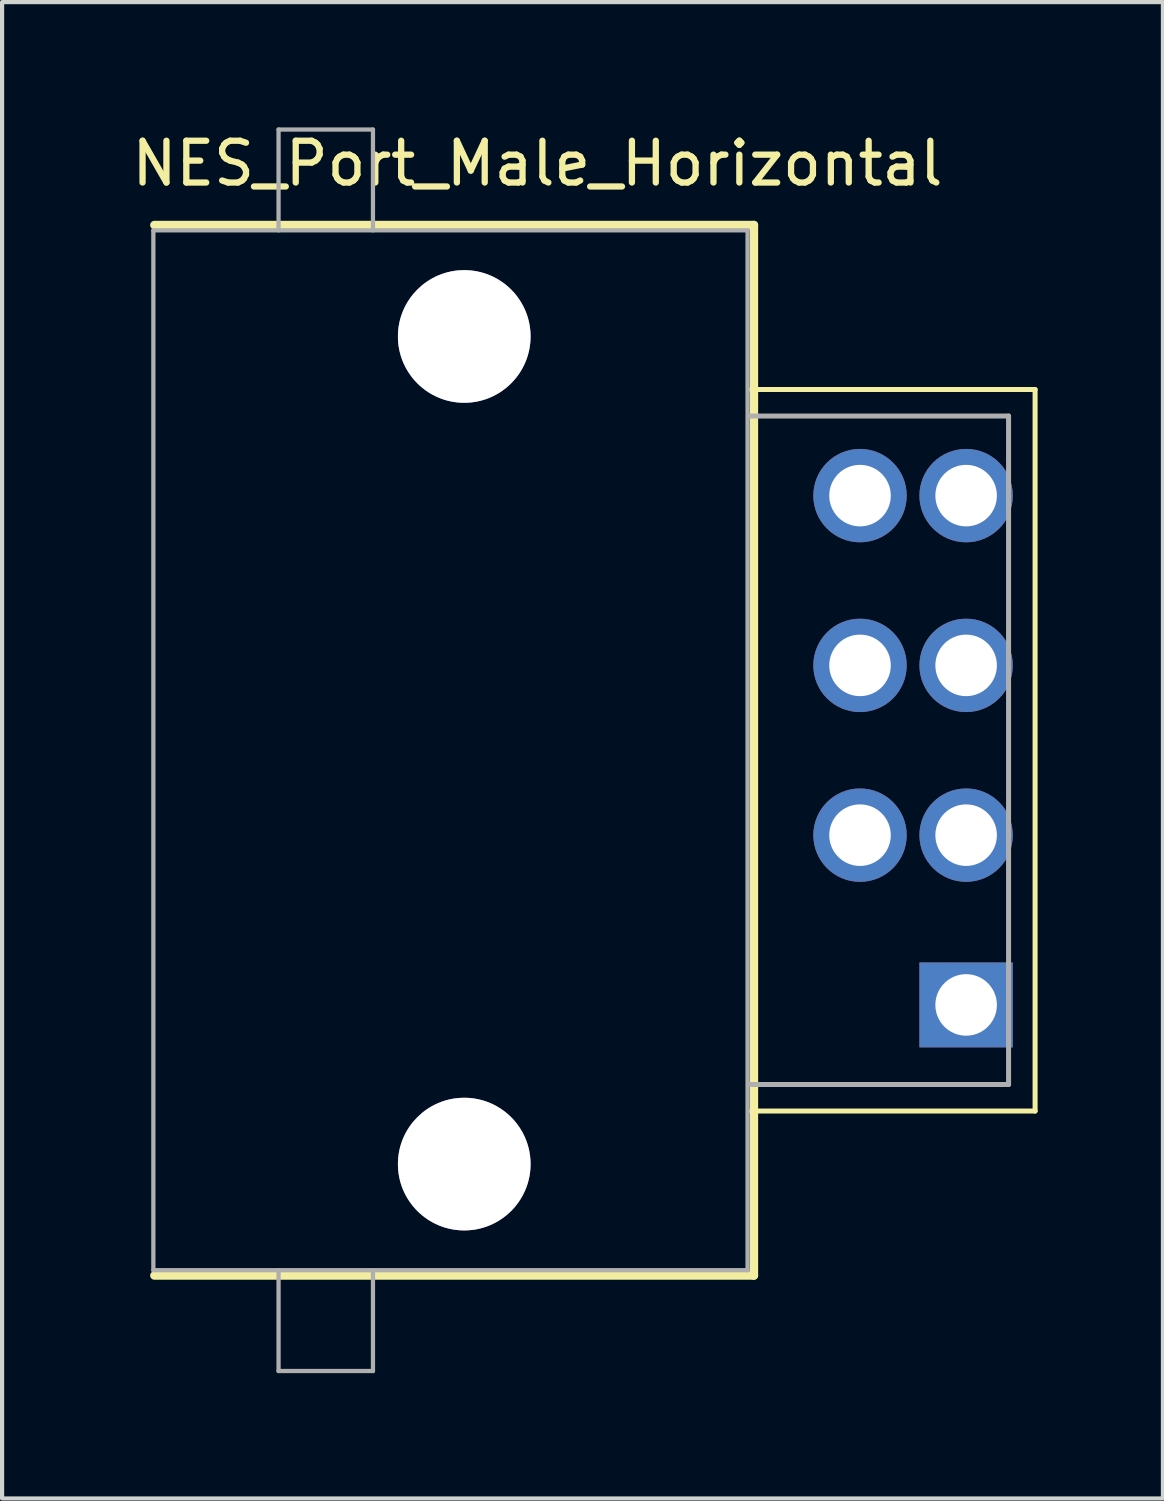
<source format=kicad_pcb>
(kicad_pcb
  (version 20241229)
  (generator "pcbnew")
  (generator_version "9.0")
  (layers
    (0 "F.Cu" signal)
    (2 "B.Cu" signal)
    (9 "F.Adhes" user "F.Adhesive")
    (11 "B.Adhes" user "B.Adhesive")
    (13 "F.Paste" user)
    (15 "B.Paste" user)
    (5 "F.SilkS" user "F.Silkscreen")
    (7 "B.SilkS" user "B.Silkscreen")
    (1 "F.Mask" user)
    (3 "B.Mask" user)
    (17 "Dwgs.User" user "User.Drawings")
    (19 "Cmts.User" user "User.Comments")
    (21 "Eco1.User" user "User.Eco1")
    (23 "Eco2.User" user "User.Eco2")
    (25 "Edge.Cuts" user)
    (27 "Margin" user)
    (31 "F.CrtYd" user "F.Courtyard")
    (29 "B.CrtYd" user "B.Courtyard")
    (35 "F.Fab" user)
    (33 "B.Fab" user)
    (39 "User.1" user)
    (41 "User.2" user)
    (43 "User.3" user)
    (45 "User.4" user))
  (footprint "NES_Port_Male_Horizontal"
    (layer "F.Cu")
    (at 21.093 14.91)
    (property "Reference" "NES_Port_Male_Horizontal" (at -11.278 -14.046 0) (layer "F.SilkS") (effects (font (size 1 1) (thickness 0.15))))
    (attr through_hole)
    (fp_line (start -20.447 -12.573) (end -6.096 -12.573) (stroke (width 0.203) (type solid)) (layer "F.SilkS"))
    (fp_line (start -6.16 -8.636) (end 0.635 -8.636) (stroke (width 0.12) (type solid)) (layer "F.SilkS"))
    (fp_line (start -6.096 -12.573) (end -6.096 12.573) (stroke (width 0.203) (type solid)) (layer "F.SilkS"))
    (fp_line (start -6.096 12.573) (end -20.447 12.573) (stroke (width 0.203) (type solid)) (layer "F.SilkS"))
    (fp_line (start 0.635 -8.636) (end 0.635 8.636) (stroke (width 0.12) (type solid)) (layer "F.SilkS"))
    (fp_line (start 0.635 8.636) (end -6.16 8.636) (stroke (width 0.12) (type solid)) (layer "F.SilkS"))
    (fp_line (start -20.472 -12.446) (end -20.472 12.446) (stroke (width 0.102) (type solid)) (layer "F.Fab"))
    (fp_line (start -20.472 -12.446) (end -6.248 -12.446) (stroke (width 0.102) (type solid)) (layer "F.Fab"))
    (fp_line (start -17.475 -14.859) (end -15.215 -14.859) (stroke (width 0.102) (type solid)) (layer "F.Fab"))
    (fp_line (start -17.475 -12.446) (end -17.475 -14.859) (stroke (width 0.102) (type solid)) (layer "F.Fab"))
    (fp_line (start -17.475 12.446) (end -17.475 14.859) (stroke (width 0.102) (type solid)) (layer "F.Fab"))
    (fp_line (start -17.475 14.859) (end -15.215 14.859) (stroke (width 0.102) (type solid)) (layer "F.Fab"))
    (fp_line (start -15.215 -14.859) (end -15.215 -12.446) (stroke (width 0.102) (type solid)) (layer "F.Fab"))
    (fp_line (start -15.215 14.859) (end -15.215 12.446) (stroke (width 0.102) (type solid)) (layer "F.Fab"))
    (fp_line (start -6.248 -12.446) (end -6.248 12.446) (stroke (width 0.102) (type solid)) (layer "F.Fab"))
    (fp_line (start -6.248 12.446) (end -20.472 12.446) (stroke (width 0.102) (type solid)) (layer "F.Fab"))
    (fp_line (start -6.223 -8.001) (end 0 -8.001) (stroke (width 0.12) (type solid)) (layer "F.Fab"))
    (fp_line (start -6.223 8.001) (end 0 8.001) (stroke (width 0.12) (type solid)) (layer "F.Fab"))
    (fp_line (start 0 -8.001) (end 0 8.001) (stroke (width 0.12) (type solid)) (layer "F.Fab"))
    (pad "" thru_hole circle (at -13.03 -9.906) (size 3.175 3.175) (drill 3.175) (layers "*.Cu" "*.Mask"))
    (pad "" thru_hole circle (at -13.03 9.906) (size 3.175 3.175) (drill 3.175) (layers "*.Cu" "*.Mask"))
    (pad "1" thru_hole rect (at -1.016 6.096) (size 2.235 2.032) (drill 1.473) (layers "*.Cu" "*.Mask"))
    (pad "2" thru_hole circle (at -1.016 2.032) (size 2.235 2.235) (drill 1.473) (layers "*.Cu" "*.Mask"))
    (pad "3" thru_hole circle (at -1.016 -2.032) (size 2.235 2.235) (drill 1.473) (layers "*.Cu" "*.Mask"))
    (pad "4" thru_hole circle (at -1.016 -6.096) (size 2.235 2.235) (drill 1.473) (layers "*.Cu" "*.Mask"))
    (pad "5" thru_hole circle (at -3.556 -6.096) (size 2.235 2.235) (drill 1.473) (layers "*.Cu" "*.Mask"))
    (pad "6" thru_hole circle (at -3.556 -2.032) (size 2.235 2.235) (drill 1.473) (layers "*.Cu" "*.Mask"))
    (pad "7" thru_hole circle (at -3.556 2.032) (size 2.235 2.235) (drill 1.473) (layers "*.Cu" "*.Mask")))
  (gr_rect
    (start -3 -3)
    (end 24.788 32.82)
    (stroke (width 0.1) (type default))
    (fill no)
    (layer "Edge.Cuts")))
</source>
